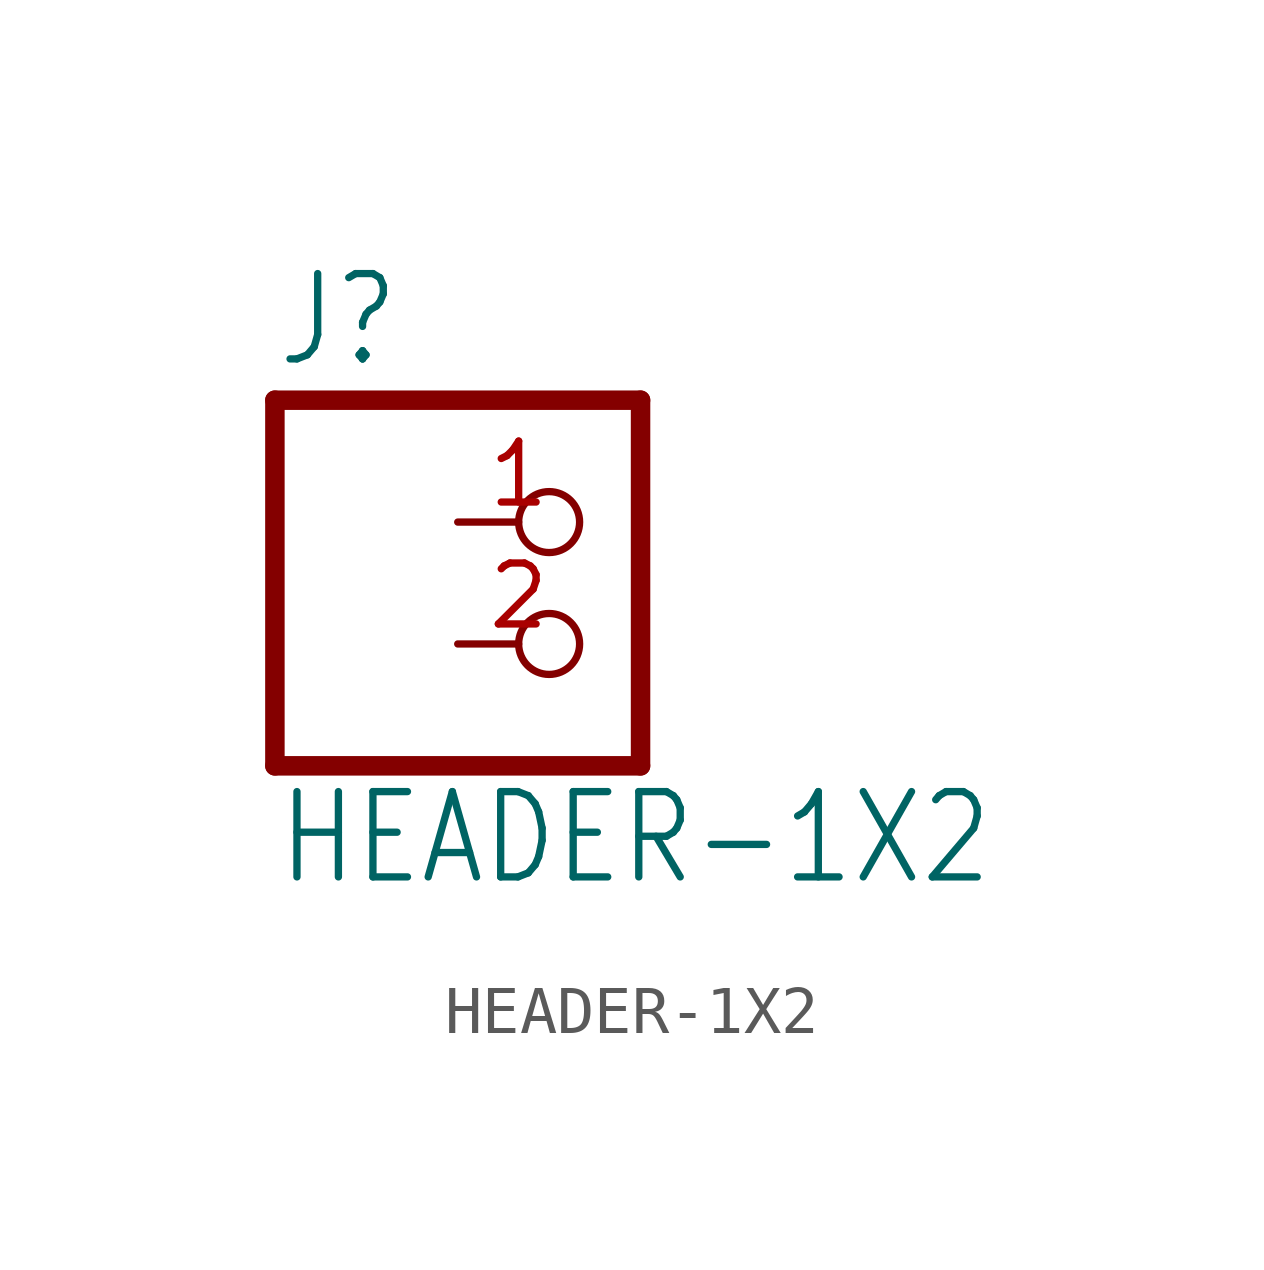
<source format=kicad_sym>
(kicad_symbol_lib
  (version 20211014)
  (generator kicad_symbol_editor)
  (symbol "HEADER-1X2"
    (property "Reference" "J"
      (at -3.81 0.635 0)
      (effects (font (size 1.778 1.511)) (justify left bottom)))
    (property "Value" "HEADER-1X2"
      (at -3.81 -10.16 0)
      (effects (font (size 1.778 1.511)) (justify left bottom)))
    (property "ki_locked" ""
      (at 0 0 0)
      (effects (font (size 1.27 1.27))))
    (symbol "HEADER-1X2_1_0"
      (polyline (pts (xy -3.81 -7.62) (xy 3.81 -7.62)) (stroke (width 0.406) (type default) (color 0 0 0 0)) (fill (type none)))
      (polyline (pts (xy -3.81 0) (xy -3.81 -7.62)) (stroke (width 0.406) (type default) (color 0 0 0 0)) (fill (type none)))
      (polyline (pts (xy 3.81 -7.62) (xy 3.81 0)) (stroke (width 0.406) (type default) (color 0 0 0 0)) (fill (type none)))
      (polyline (pts (xy 3.81 0) (xy -3.81 0)) (stroke (width 0.406) (type default) (color 0 0 0 0)) (fill (type none)))
      (pin passive inverted (at 0 -2.54 0) (length 2.54) (name "1" (effects (font (size 0 0)))) (number "1" (effects (font (size 1.27 1.27)))))
      (pin passive inverted (at 0 -5.08 0) (length 2.54) (name "2" (effects (font (size 0 0)))) (number "2" (effects (font (size 1.27 1.27))))))))
</source>
